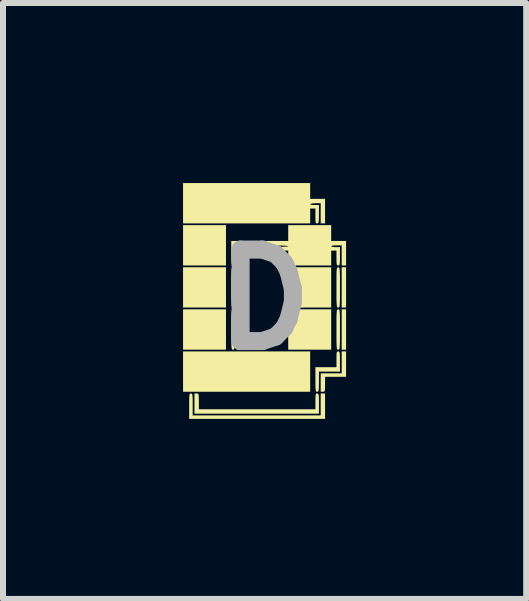
<source format=kicad_pcb>
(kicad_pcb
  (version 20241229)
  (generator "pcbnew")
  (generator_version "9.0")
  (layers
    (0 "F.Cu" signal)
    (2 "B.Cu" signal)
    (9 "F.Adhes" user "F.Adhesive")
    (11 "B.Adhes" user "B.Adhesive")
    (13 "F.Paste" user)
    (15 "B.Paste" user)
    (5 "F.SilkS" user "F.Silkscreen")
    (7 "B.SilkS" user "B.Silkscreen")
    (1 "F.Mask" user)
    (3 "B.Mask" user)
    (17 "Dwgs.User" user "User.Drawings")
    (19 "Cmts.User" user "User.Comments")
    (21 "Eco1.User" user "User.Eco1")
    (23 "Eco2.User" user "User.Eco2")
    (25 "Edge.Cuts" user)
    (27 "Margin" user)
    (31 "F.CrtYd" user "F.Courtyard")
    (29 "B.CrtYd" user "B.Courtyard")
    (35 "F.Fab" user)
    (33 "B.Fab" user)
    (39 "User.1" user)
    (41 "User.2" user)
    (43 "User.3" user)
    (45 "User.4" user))
  (footprint "D"
    (layer "F.Cu")
    (at 1.358 1.943)
    (property "Reference" "D" (at 0 0 0) (layer "F.Fab") (effects (font (size 1.524 1.524) (thickness 0.3))))
    (attr board_only exclude_from_pos_files exclude_from_bom)
    (fp_poly (pts (xy -0.643 -0.57) (xy -1.358 -0.57) (xy -1.358 -1.242) (xy -0.643 -1.242)) (stroke (width 0) (type solid)) (fill yes) (layer "F.SilkS"))
    (fp_poly (pts (xy -0.643 0.131) (xy -1.358 0.131) (xy -1.358 -0.54) (xy -0.643 -0.54)) (stroke (width 0) (type solid)) (fill yes) (layer "F.SilkS"))
    (fp_poly (pts (xy -0.643 0.833) (xy -1.358 0.833) (xy -1.358 0.161) (xy -0.643 0.161)) (stroke (width 0) (type solid)) (fill yes) (layer "F.SilkS"))
    (fp_poly (pts (xy -0.394 0.131) (xy -0.467 0.131) (xy -0.467 -0.54) (xy -0.394 -0.54)) (stroke (width 0) (type solid)) (fill yes) (layer "F.SilkS"))
    (fp_poly (pts (xy -0.394 0.833) (xy -0.467 0.833) (xy -0.467 0.161) (xy -0.394 0.161)) (stroke (width 0) (type solid)) (fill yes) (layer "F.SilkS"))
    (fp_poly (pts (xy 0.76 1.534) (xy -1.358 1.534) (xy -1.358 0.862) (xy 0.76 0.862)) (stroke (width 0) (type solid)) (fill yes) (layer "F.SilkS"))
    (fp_poly (pts (xy 1.11 0.131) (xy 0.394 0.131) (xy 0.394 -0.54) (xy 1.11 -0.54)) (stroke (width 0) (type solid)) (fill yes) (layer "F.SilkS"))
    (fp_poly (pts (xy 1.11 0.833) (xy 0.394 0.833) (xy 0.394 0.161) (xy 1.11 0.161)) (stroke (width 0) (type solid)) (fill yes) (layer "F.SilkS"))
    (fp_poly (pts (xy 1.358 0.131) (xy 1.285 0.131) (xy 1.285 -0.54) (xy 1.358 -0.54)) (stroke (width 0) (type solid)) (fill yes) (layer "F.SilkS"))
    (fp_poly (pts (xy 1.358 0.833) (xy 1.285 0.833) (xy 1.285 0.161) (xy 1.358 0.161)) (stroke (width 0) (type solid)) (fill yes) (layer "F.SilkS"))
    (fp_poly (pts (xy 1.358 1.285) (xy 1.008 1.285) (xy 1.008 1.409) (xy 1.007 1.47) (xy 1.005 1.506) (xy 1 1.525) (xy 0.989 1.533) (xy 0.971 1.534) (xy 0.935 1.534) (xy 0.935 1.227) (xy 1.285 1.227) (xy 1.285 0.862) (xy 1.358 0.862)) (stroke (width 0) (type solid)) (fill yes) (layer "F.SilkS"))
    (fp_poly (pts (xy 1.008 1.986) (xy -1.256 1.986) (xy -1.256 1.775) (xy -1.256 1.692) (xy -1.255 1.634) (xy -1.252 1.597) (xy -1.248 1.575) (xy -1.241 1.566) (xy -1.231 1.563) (xy -1.227 1.563) (xy -1.215 1.565) (xy -1.207 1.573) (xy -1.202 1.592) (xy -1.199 1.627) (xy -1.198 1.684) (xy -1.198 1.745) (xy -1.198 1.928) (xy 0.935 1.928) (xy 0.935 1.563) (xy 1.008 1.563)) (stroke (width 0) (type solid)) (fill yes) (layer "F.SilkS"))
    (fp_poly (pts (xy -1.115 1.564) (xy -1.104 1.571) (xy -1.098 1.589) (xy -1.096 1.625) (xy -1.095 1.683) (xy -1.095 1.694) (xy -1.095 1.826) (xy 0.847 1.826) (xy 0.847 1.694) (xy 0.848 1.632) (xy 0.85 1.593) (xy 0.855 1.572) (xy 0.865 1.564) (xy 0.876 1.563) (xy 0.889 1.565) (xy 0.897 1.573) (xy 0.902 1.594) (xy 0.905 1.631) (xy 0.906 1.69) (xy 0.906 1.731) (xy 0.906 1.899) (xy -1.168 1.899) (xy -1.168 1.563) (xy -1.132 1.563)) (stroke (width 0) (type solid)) (fill yes) (layer "F.SilkS"))
    (fp_poly (pts (xy 1.239 0.864) (xy 1.248 0.872) (xy 1.253 0.893) (xy 1.255 0.93) (xy 1.256 0.989) (xy 1.256 1.03) (xy 1.256 1.198) (xy 0.906 1.198) (xy 0.906 1.366) (xy 0.905 1.438) (xy 0.904 1.486) (xy 0.9 1.514) (xy 0.894 1.529) (xy 0.884 1.533) (xy 0.876 1.534) (xy 0.865 1.532) (xy 0.857 1.525) (xy 0.852 1.507) (xy 0.849 1.473) (xy 0.847 1.421) (xy 0.847 1.344) (xy 0.847 1.329) (xy 0.847 1.125) (xy 1.198 1.125) (xy 1.198 0.993) (xy 1.198 0.931) (xy 1.2 0.892) (xy 1.206 0.871) (xy 1.215 0.863) (xy 1.227 0.862)) (stroke (width 0) (type solid)) (fill yes) (layer "F.SilkS"))
    (fp_poly (pts (xy 0.76 -1.68) (xy 1.008 -1.68) (xy 1.008 -1.271) (xy 0.935 -1.271) (xy 0.935 -1.607) (xy 0.847 -1.607) (xy 0.8 -1.604) (xy 0.769 -1.599) (xy 0.76 -1.592) (xy 0.773 -1.584) (xy 0.806 -1.578) (xy 0.833 -1.577) (xy 0.906 -1.577) (xy 0.906 -1.424) (xy 0.905 -1.356) (xy 0.903 -1.311) (xy 0.899 -1.286) (xy 0.892 -1.274) (xy 0.88 -1.271) (xy 0.876 -1.271) (xy 0.862 -1.273) (xy 0.853 -1.284) (xy 0.849 -1.309) (xy 0.847 -1.353) (xy 0.847 -1.395) (xy 0.847 -1.519) (xy 0.76 -1.519) (xy 0.76 -1.271) (xy -1.358 -1.271) (xy -1.358 -1.943) (xy 0.76 -1.943)) (stroke (width 0) (type solid)) (fill yes) (layer "F.SilkS"))
    (fp_poly (pts (xy -0.516 -0.539) (xy -0.509 -0.534) (xy -0.504 -0.521) (xy -0.501 -0.496) (xy -0.498 -0.456) (xy -0.497 -0.398) (xy -0.497 -0.318) (xy -0.497 -0.212) (xy -0.497 -0.204) (xy -0.497 -0.097) (xy -0.497 -0.015) (xy -0.498 0.044) (xy -0.5 0.085) (xy -0.504 0.11) (xy -0.509 0.124) (xy -0.516 0.13) (xy -0.525 0.131) (xy -0.526 0.131) (xy -0.535 0.13) (xy -0.542 0.125) (xy -0.547 0.112) (xy -0.551 0.087) (xy -0.553 0.047) (xy -0.554 -0.011) (xy -0.555 -0.091) (xy -0.555 -0.197) (xy -0.555 -0.204) (xy -0.555 -0.312) (xy -0.554 -0.394) (xy -0.553 -0.453) (xy -0.551 -0.494) (xy -0.548 -0.519) (xy -0.543 -0.533) (xy -0.536 -0.539) (xy -0.526 -0.54) (xy -0.526 -0.54)) (stroke (width 0) (type solid)) (fill yes) (layer "F.SilkS"))
    (fp_poly (pts (xy -0.516 0.162) (xy -0.509 0.167) (xy -0.504 0.181) (xy -0.501 0.205) (xy -0.498 0.245) (xy -0.497 0.303) (xy -0.497 0.383) (xy -0.497 0.489) (xy -0.497 0.497) (xy -0.497 0.604) (xy -0.497 0.686) (xy -0.498 0.745) (xy -0.5 0.786) (xy -0.504 0.812) (xy -0.509 0.826) (xy -0.516 0.831) (xy -0.525 0.833) (xy -0.526 0.833) (xy -0.535 0.832) (xy -0.542 0.826) (xy -0.547 0.813) (xy -0.551 0.788) (xy -0.553 0.748) (xy -0.554 0.69) (xy -0.555 0.61) (xy -0.555 0.504) (xy -0.555 0.497) (xy -0.555 0.389) (xy -0.554 0.308) (xy -0.553 0.248) (xy -0.551 0.207) (xy -0.548 0.182) (xy -0.543 0.168) (xy -0.536 0.162) (xy -0.526 0.161) (xy -0.526 0.161)) (stroke (width 0) (type solid)) (fill yes) (layer "F.SilkS"))
    (fp_poly (pts (xy 1.236 -0.539) (xy 1.243 -0.534) (xy 1.249 -0.521) (xy 1.252 -0.496) (xy 1.254 -0.456) (xy 1.256 -0.398) (xy 1.256 -0.318) (xy 1.256 -0.212) (xy 1.256 -0.204) (xy 1.256 -0.097) (xy 1.256 -0.015) (xy 1.254 0.044) (xy 1.252 0.085) (xy 1.249 0.11) (xy 1.244 0.124) (xy 1.237 0.13) (xy 1.228 0.131) (xy 1.227 0.131) (xy 1.218 0.13) (xy 1.21 0.125) (xy 1.205 0.112) (xy 1.202 0.087) (xy 1.2 0.047) (xy 1.198 -0.011) (xy 1.198 -0.091) (xy 1.198 -0.197) (xy 1.198 -0.204) (xy 1.198 -0.312) (xy 1.198 -0.394) (xy 1.199 -0.453) (xy 1.202 -0.494) (xy 1.205 -0.519) (xy 1.21 -0.533) (xy 1.217 -0.539) (xy 1.226 -0.54) (xy 1.227 -0.54)) (stroke (width 0) (type solid)) (fill yes) (layer "F.SilkS"))
    (fp_poly (pts (xy 1.236 0.162) (xy 1.243 0.167) (xy 1.249 0.181) (xy 1.252 0.205) (xy 1.254 0.245) (xy 1.256 0.303) (xy 1.256 0.383) (xy 1.256 0.489) (xy 1.256 0.497) (xy 1.256 0.604) (xy 1.256 0.686) (xy 1.254 0.745) (xy 1.252 0.786) (xy 1.249 0.812) (xy 1.244 0.826) (xy 1.237 0.831) (xy 1.228 0.833) (xy 1.227 0.833) (xy 1.218 0.832) (xy 1.21 0.826) (xy 1.205 0.813) (xy 1.202 0.788) (xy 1.2 0.748) (xy 1.198 0.69) (xy 1.198 0.61) (xy 1.198 0.504) (xy 1.198 0.497) (xy 1.198 0.389) (xy 1.198 0.308) (xy 1.199 0.248) (xy 1.202 0.207) (xy 1.205 0.182) (xy 1.21 0.168) (xy 1.217 0.162) (xy 1.226 0.161) (xy 1.227 0.161)) (stroke (width 0) (type solid)) (fill yes) (layer "F.SilkS"))
    (fp_poly (pts (xy 1.11 -0.979) (xy 1.358 -0.979) (xy 1.358 -0.57) (xy 1.285 -0.57) (xy 1.285 -0.906) (xy 1.198 -0.906) (xy 1.151 -0.903) (xy 1.119 -0.898) (xy 1.11 -0.891) (xy 1.123 -0.883) (xy 1.157 -0.877) (xy 1.183 -0.876) (xy 1.256 -0.876) (xy 1.256 -0.723) (xy 1.256 -0.655) (xy 1.254 -0.61) (xy 1.25 -0.585) (xy 1.242 -0.573) (xy 1.231 -0.57) (xy 1.227 -0.57) (xy 1.213 -0.572) (xy 1.204 -0.583) (xy 1.2 -0.608) (xy 1.198 -0.652) (xy 1.198 -0.694) (xy 1.198 -0.818) (xy 1.11 -0.818) (xy 1.11 -0.57) (xy 0.394 -0.57) (xy 0.394 -0.818) (xy -0.394 -0.818) (xy -0.394 -0.694) (xy -0.395 -0.634) (xy -0.397 -0.597) (xy -0.402 -0.578) (xy -0.413 -0.571) (xy -0.431 -0.57) (xy -0.467 -0.57) (xy -0.467 -0.876) (xy -0.037 -0.876) (xy 0.1 -0.877) (xy 0.212 -0.878) (xy 0.298 -0.881) (xy 0.357 -0.884) (xy 0.389 -0.888) (xy 0.394 -0.891) (xy 0.38 -0.896) (xy 0.337 -0.899) (xy 0.267 -0.902) (xy 0.171 -0.904) (xy 0.049 -0.905) (xy -0.051 -0.906) (xy -0.497 -0.906) (xy -0.497 -0.738) (xy -0.497 -0.665) (xy -0.498 -0.618) (xy -0.502 -0.589) (xy -0.508 -0.575) (xy -0.519 -0.57) (xy -0.526 -0.57) (xy -0.537 -0.571) (xy -0.545 -0.579) (xy -0.551 -0.597) (xy -0.553 -0.63) (xy -0.555 -0.682) (xy -0.555 -0.759) (xy -0.555 -0.774) (xy -0.555 -0.979) (xy 0.394 -0.979) (xy 0.394 -1.242) (xy 1.11 -1.242)) (stroke (width 0) (type solid)) (fill yes) (layer "F.SilkS")))
  (gr_rect
    (start -3 -3)
    (end 5.717 6.929)
    (stroke (width 0.1) (type default))
    (fill no)
    (layer "Edge.Cuts")))
</source>
